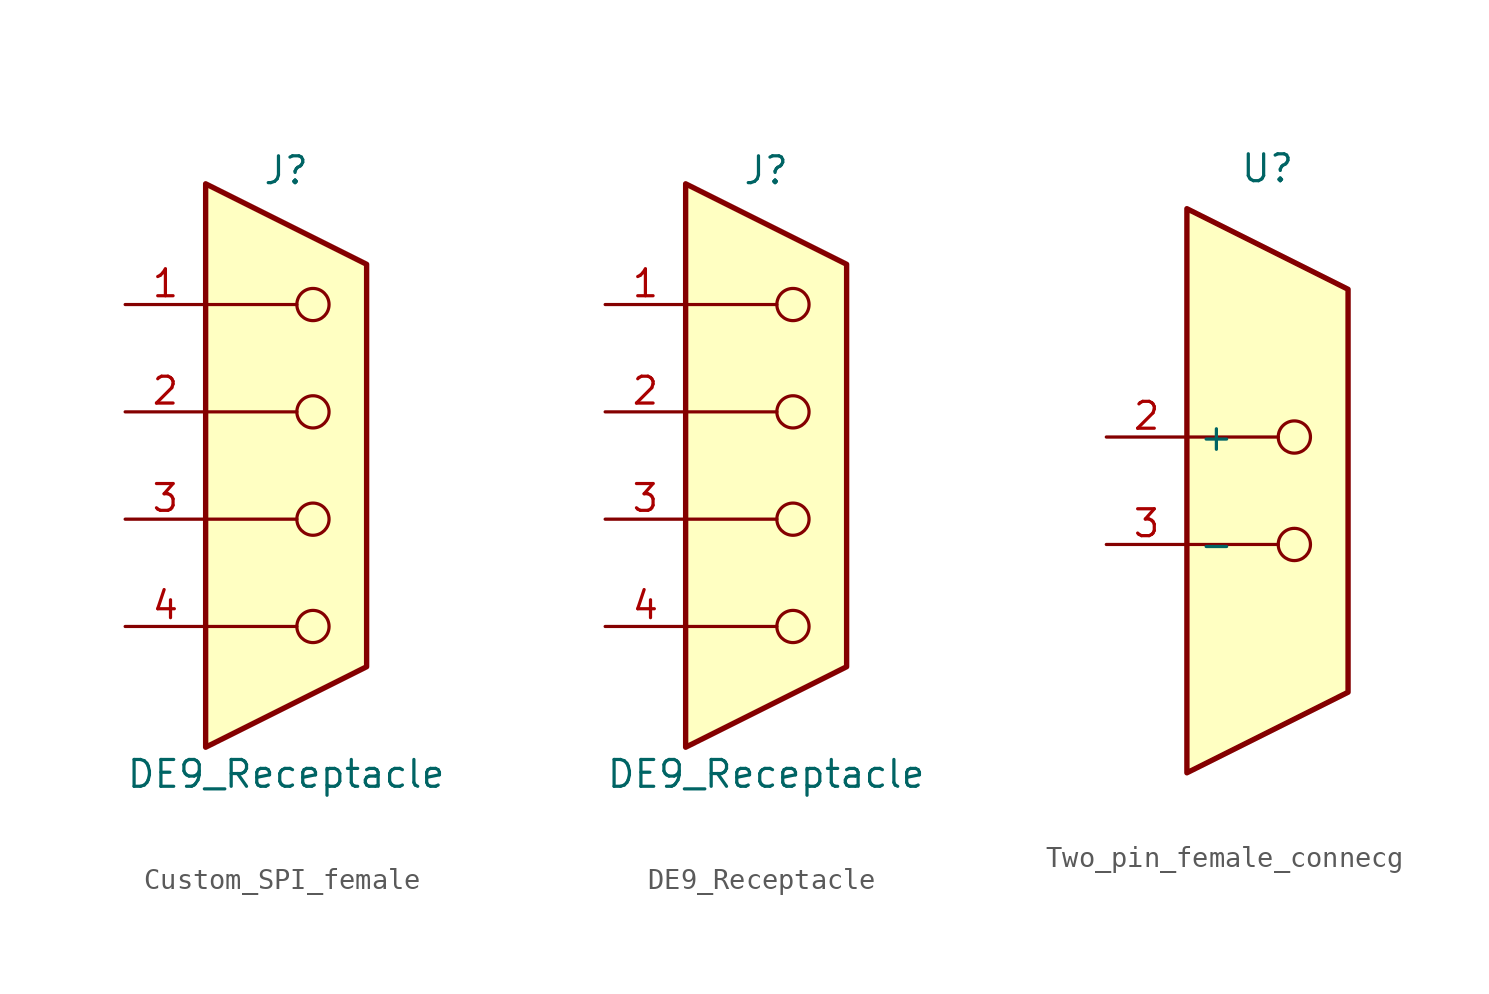
<source format=kicad_sym>
(kicad_symbol_lib
  (version 20220914)
  (generator kicad_symbol_editor)
  (symbol "Custom_SPI_female"
    (pin_names
      (offset 1.016) hide)
    (property "Reference" "J"
      (at 0 13.97 0)
      (effects (font (size 1.27 1.27))))
    (property "Value" "DE9_Receptacle"
      (at 0 -14.605 0)
      (effects (font (size 1.27 1.27))))
    (symbol "Custom_SPI_female_0_1"
      (polyline (pts (xy -3.81 -7.62) (xy 0.508 -7.62)) (stroke (width 0) (type default)) (fill (type none)))
      (polyline (pts (xy -3.81 -2.54) (xy 0.508 -2.54)) (stroke (width 0) (type default)) (fill (type none)))
      (polyline (pts (xy -3.81 2.54) (xy 0.508 2.54)) (stroke (width 0) (type default)) (fill (type none)))
      (polyline (pts (xy -3.81 7.62) (xy 0.508 7.62)) (stroke (width 0) (type default)) (fill (type none)))
      (polyline (pts (xy -3.81 13.335) (xy -3.81 -13.335) (xy 3.81 -9.525) (xy 3.81 9.525) (xy -3.81 13.335)) (stroke (width 0.254) (type default)) (fill (type background)))
      (circle (center 1.27 -7.62) (radius 0.762) (stroke (width 0) (type default)) (fill (type none)))
      (circle (center 1.27 -2.54) (radius 0.762) (stroke (width 0) (type default)) (fill (type none)))
      (circle (center 1.27 2.54) (radius 0.762) (stroke (width 0) (type default)) (fill (type none)))
      (circle (center 1.27 7.62) (radius 0.762) (stroke (width 0) (type default)) (fill (type none))))
    (symbol "Custom_SPI_female_1_1"
      (pin input line (at -7.62 7.62 0) (length 3.81) (name "SPI_input" (effects (font (size 1.27 1.27)))) (number "1" (effects (font (size 1.27 1.27)))))
      (pin input line (at -7.62 2.54 0) (length 3.81) (name "SPI_input" (effects (font (size 1.27 1.27)))) (number "2" (effects (font (size 1.27 1.27)))))
      (pin input line (at -7.62 -2.54 0) (length 3.81) (name "SPI_input" (effects (font (size 1.27 1.27)))) (number "3" (effects (font (size 1.27 1.27)))))
      (pin input line (at -7.62 -7.62 0) (length 3.81) (name "ADC_input" (effects (font (size 1.27 1.27)))) (number "4" (effects (font (size 1.27 1.27)))))))
  (symbol "DE9_Receptacle"
    (pin_names
      (offset 1.016) hide)
    (property "Reference" "J"
      (at 0 13.97 0)
      (effects (font (size 1.27 1.27))))
    (property "Value" "DE9_Receptacle"
      (at 0 -14.605 0)
      (effects (font (size 1.27 1.27))))
    (symbol "DE9_Receptacle_0_1"
      (polyline (pts (xy -3.81 -7.62) (xy 0.508 -7.62)) (stroke (width 0) (type default)) (fill (type none)))
      (polyline (pts (xy -3.81 -2.54) (xy 0.508 -2.54)) (stroke (width 0) (type default)) (fill (type none)))
      (polyline (pts (xy -3.81 2.54) (xy 0.508 2.54)) (stroke (width 0) (type default)) (fill (type none)))
      (polyline (pts (xy -3.81 7.62) (xy 0.508 7.62)) (stroke (width 0) (type default)) (fill (type none)))
      (polyline (pts (xy -3.81 13.335) (xy -3.81 -13.335) (xy 3.81 -9.525) (xy 3.81 9.525) (xy -3.81 13.335)) (stroke (width 0.254) (type default)) (fill (type background)))
      (circle (center 1.27 -7.62) (radius 0.762) (stroke (width 0) (type default)) (fill (type none)))
      (circle (center 1.27 -2.54) (radius 0.762) (stroke (width 0) (type default)) (fill (type none)))
      (circle (center 1.27 2.54) (radius 0.762) (stroke (width 0) (type default)) (fill (type none)))
      (circle (center 1.27 7.62) (radius 0.762) (stroke (width 0) (type default)) (fill (type none))))
    (symbol "DE9_Receptacle_1_1"
      (pin input line (at -7.62 7.62 0) (length 3.81) (name "SPI_input" (effects (font (size 1.27 1.27)))) (number "1" (effects (font (size 1.27 1.27)))))
      (pin input line (at -7.62 2.54 0) (length 3.81) (name "SPI_input" (effects (font (size 1.27 1.27)))) (number "2" (effects (font (size 1.27 1.27)))))
      (pin input line (at -7.62 -2.54 0) (length 3.81) (name "SPI_input" (effects (font (size 1.27 1.27)))) (number "3" (effects (font (size 1.27 1.27)))))
      (pin input line (at -7.62 -7.62 0) (length 3.81) (name "ADC_input" (effects (font (size 1.27 1.27)))) (number "4" (effects (font (size 1.27 1.27)))))))
  (symbol "Two_pin_female_connecg"
    (property "Reference" "U"
      (at 0 0 0)
      (effects (font (size 1.27 1.27))))
    (property "Value" ""
      (at 0 0 0)
      (effects (font (size 1.27 1.27))))
    (symbol "Two_pin_female_connecg_0_1"
      (polyline (pts (xy -3.81 -17.78) (xy 0.508 -17.78)) (stroke (width 0) (type default)) (fill (type none)))
      (polyline (pts (xy -3.81 -12.7) (xy 0.508 -12.7)) (stroke (width 0) (type default)) (fill (type none)))
      (polyline (pts (xy -3.81 -1.905) (xy -3.81 -28.575) (xy 3.81 -24.765) (xy 3.81 -5.715) (xy -3.81 -1.905)) (stroke (width 0.254) (type default)) (fill (type background)))
      (circle (center 1.27 -17.78) (radius 0.762) (stroke (width 0) (type default)) (fill (type none)))
      (circle (center 1.27 -12.7) (radius 0.762) (stroke (width 0) (type default)) (fill (type none))))
    (symbol "Two_pin_female_connecg_1_1"
      (pin input line (at -7.62 -12.7 0) (length 3.81) (name "+" (effects (font (size 1.27 1.27)))) (number "2" (effects (font (size 1.27 1.27)))))
      (pin input line (at -7.62 -17.78 0) (length 3.81) (name "-" (effects (font (size 1.27 1.27)))) (number "3" (effects (font (size 1.27 1.27))))))))
</source>
